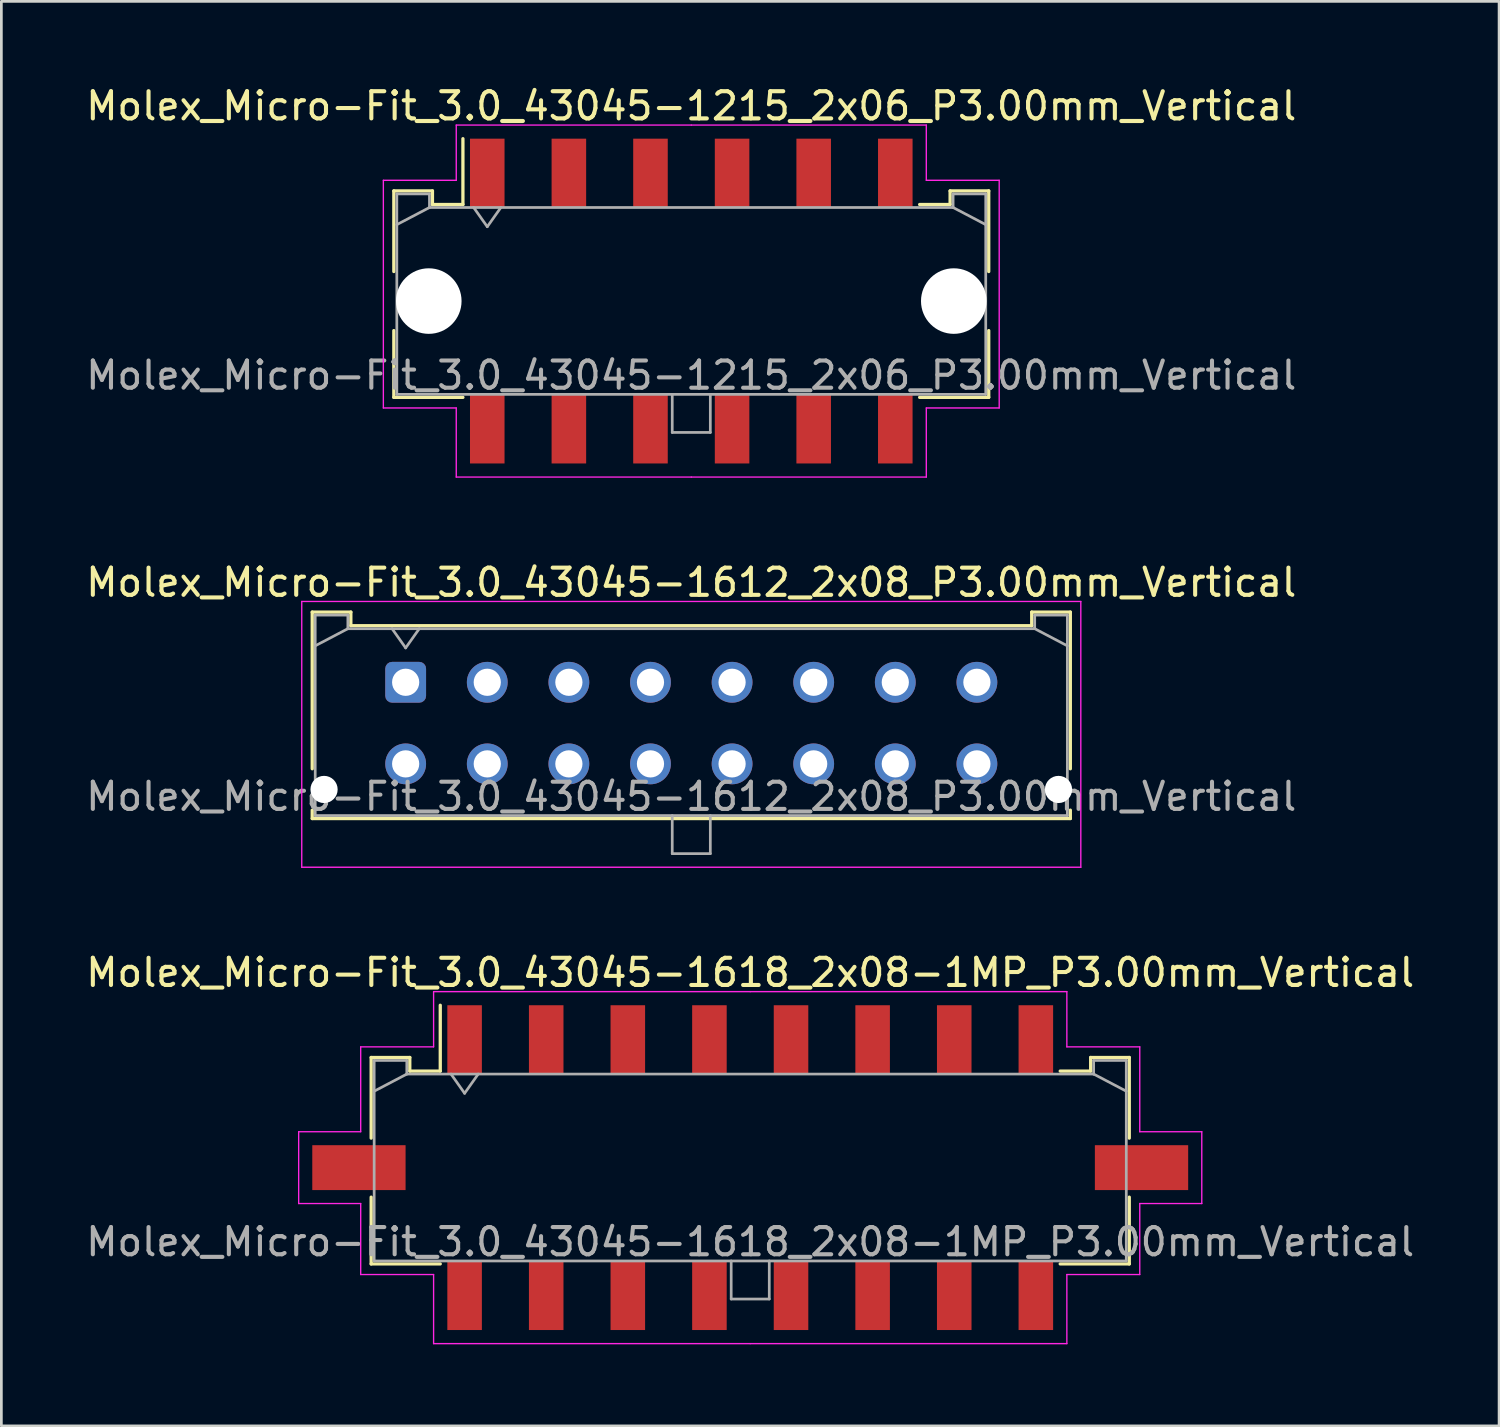
<source format=kicad_pcb>
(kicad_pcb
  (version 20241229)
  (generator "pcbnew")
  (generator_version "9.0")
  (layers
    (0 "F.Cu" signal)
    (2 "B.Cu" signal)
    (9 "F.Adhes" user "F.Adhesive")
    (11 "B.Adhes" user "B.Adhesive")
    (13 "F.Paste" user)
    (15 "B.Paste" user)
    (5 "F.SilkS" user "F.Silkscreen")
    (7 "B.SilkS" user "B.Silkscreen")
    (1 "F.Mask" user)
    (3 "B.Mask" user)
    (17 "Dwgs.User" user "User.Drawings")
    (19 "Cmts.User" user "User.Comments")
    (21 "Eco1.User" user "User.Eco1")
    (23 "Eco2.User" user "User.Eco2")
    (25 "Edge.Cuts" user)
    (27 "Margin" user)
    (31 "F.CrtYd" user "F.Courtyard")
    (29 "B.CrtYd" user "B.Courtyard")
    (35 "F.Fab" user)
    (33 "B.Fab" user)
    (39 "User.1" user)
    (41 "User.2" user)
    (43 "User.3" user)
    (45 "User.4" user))
  (footprint "Molex_Micro-Fit_3.0_43045-1215_2x06_P3.00mm_Vertical"
    (layer "F.Cu")
    (at 22.363 8.018)
    (property "Reference" "Molex_Micro-Fit_3.0_43045-1215_2x06_P3.00mm_Vertical" (at 0 -7.17 0) (layer "F.SilkS") (effects (font (size 1 1) (thickness 0.15))))
    (attr smd)
    (fp_line (start -10.935 -4.05) (end -9.515 -4.05) (stroke (width 0.12) (type solid)) (layer "F.SilkS"))
    (fp_line (start -10.935 -1.085) (end -10.935 -4.05) (stroke (width 0.12) (type solid)) (layer "F.SilkS"))
    (fp_line (start -10.935 1.085) (end -10.935 3.54) (stroke (width 0.12) (type solid)) (layer "F.SilkS"))
    (fp_line (start -10.935 3.54) (end -8.395 3.54) (stroke (width 0.12) (type solid)) (layer "F.SilkS"))
    (fp_line (start -9.515 -4.05) (end -9.515 -3.55) (stroke (width 0.12) (type solid)) (layer "F.SilkS"))
    (fp_line (start -9.515 -3.55) (end -8.395 -3.55) (stroke (width 0.12) (type solid)) (layer "F.SilkS"))
    (fp_line (start -8.395 -3.55) (end -8.395 -5.97) (stroke (width 0.12) (type solid)) (layer "F.SilkS"))
    (fp_line (start 9.515 -4.05) (end 9.515 -3.55) (stroke (width 0.12) (type solid)) (layer "F.SilkS"))
    (fp_line (start 9.515 -3.55) (end 8.395 -3.55) (stroke (width 0.12) (type solid)) (layer "F.SilkS"))
    (fp_line (start 10.935 -4.05) (end 9.515 -4.05) (stroke (width 0.12) (type solid)) (layer "F.SilkS"))
    (fp_line (start 10.935 -1.085) (end 10.935 -4.05) (stroke (width 0.12) (type solid)) (layer "F.SilkS"))
    (fp_line (start 10.935 1.085) (end 10.935 3.54) (stroke (width 0.12) (type solid)) (layer "F.SilkS"))
    (fp_line (start 10.935 3.54) (end 8.395 3.54) (stroke (width 0.12) (type solid)) (layer "F.SilkS"))
    (fp_line (start -11.32 -4.44) (end -11.32 3.93) (stroke (width 0.05) (type solid)) (layer "F.CrtYd"))
    (fp_line (start -11.32 3.93) (end -8.64 3.93) (stroke (width 0.05) (type solid)) (layer "F.CrtYd"))
    (fp_line (start -8.64 -6.47) (end -8.64 -4.44) (stroke (width 0.05) (type solid)) (layer "F.CrtYd"))
    (fp_line (start -8.64 -4.44) (end -11.32 -4.44) (stroke (width 0.05) (type solid)) (layer "F.CrtYd"))
    (fp_line (start -8.64 3.93) (end -8.64 6.47) (stroke (width 0.05) (type solid)) (layer "F.CrtYd"))
    (fp_line (start -8.64 6.47) (end 0 6.47) (stroke (width 0.05) (type solid)) (layer "F.CrtYd"))
    (fp_line (start 0 -6.47) (end -8.64 -6.47) (stroke (width 0.05) (type solid)) (layer "F.CrtYd"))
    (fp_line (start 0 -6.47) (end 8.64 -6.47) (stroke (width 0.05) (type solid)) (layer "F.CrtYd"))
    (fp_line (start 8.64 -6.47) (end 8.64 -4.44) (stroke (width 0.05) (type solid)) (layer "F.CrtYd"))
    (fp_line (start 8.64 -4.44) (end 11.32 -4.44) (stroke (width 0.05) (type solid)) (layer "F.CrtYd"))
    (fp_line (start 8.64 3.93) (end 8.64 6.47) (stroke (width 0.05) (type solid)) (layer "F.CrtYd"))
    (fp_line (start 8.64 6.47) (end 0 6.47) (stroke (width 0.05) (type solid)) (layer "F.CrtYd"))
    (fp_line (start 11.32 -4.44) (end 11.32 3.93) (stroke (width 0.05) (type solid)) (layer "F.CrtYd"))
    (fp_line (start 11.32 3.93) (end 8.64 3.93) (stroke (width 0.05) (type solid)) (layer "F.CrtYd"))
    (fp_line (start -10.825 -3.94) (end -10.825 3.43) (stroke (width 0.1) (type solid)) (layer "F.Fab"))
    (fp_line (start -10.825 -2.81) (end -9.625 -3.44) (stroke (width 0.1) (type solid)) (layer "F.Fab"))
    (fp_line (start -10.825 3.43) (end 10.825 3.43) (stroke (width 0.1) (type solid)) (layer "F.Fab"))
    (fp_line (start -9.625 -3.94) (end -10.825 -3.94) (stroke (width 0.1) (type solid)) (layer "F.Fab"))
    (fp_line (start -9.625 -3.44) (end -9.625 -3.94) (stroke (width 0.1) (type solid)) (layer "F.Fab"))
    (fp_line (start -8 -3.44) (end -7.5 -2.733) (stroke (width 0.1) (type solid)) (layer "F.Fab"))
    (fp_line (start -7.5 -2.733) (end -7 -3.44) (stroke (width 0.1) (type solid)) (layer "F.Fab"))
    (fp_line (start -0.7 3.43) (end -0.7 4.83) (stroke (width 0.1) (type solid)) (layer "F.Fab"))
    (fp_line (start -0.7 4.83) (end 0.7 4.83) (stroke (width 0.1) (type solid)) (layer "F.Fab"))
    (fp_line (start 0.7 4.83) (end 0.7 3.43) (stroke (width 0.1) (type solid)) (layer "F.Fab"))
    (fp_line (start 9.625 -3.94) (end 9.625 -3.44) (stroke (width 0.1) (type solid)) (layer "F.Fab"))
    (fp_line (start 9.625 -3.44) (end -9.625 -3.44) (stroke (width 0.1) (type solid)) (layer "F.Fab"))
    (fp_line (start 10.825 -3.94) (end 9.625 -3.94) (stroke (width 0.1) (type solid)) (layer "F.Fab"))
    (fp_line (start 10.825 -2.81) (end 9.625 -3.44) (stroke (width 0.1) (type solid)) (layer "F.Fab"))
    (fp_line (start 10.825 3.43) (end 10.825 -3.94) (stroke (width 0.1) (type solid)) (layer "F.Fab"))
    (fp_text user "${REFERENCE}" (at 0 2.73 0) (layer "F.Fab") (effects (font (size 1 1) (thickness 0.15))))
    (pad "" np_thru_hole circle (at -9.65 0) (size 2.41 2.41) (drill 2.41) (layers "*.Cu" "*.Mask"))
    (pad "" np_thru_hole circle (at 9.65 0) (size 2.41 2.41) (drill 2.41) (layers "*.Cu" "*.Mask"))
    (pad "1" smd rect (at -7.5 -4.7) (size 1.27 2.54) (layers "F.Cu" "F.Mask" "F.Paste"))
    (pad "2" smd rect (at -4.5 -4.7) (size 1.27 2.54) (layers "F.Cu" "F.Mask" "F.Paste"))
    (pad "3" smd rect (at -1.5 -4.7) (size 1.27 2.54) (layers "F.Cu" "F.Mask" "F.Paste"))
    (pad "4" smd rect (at 1.5 -4.7) (size 1.27 2.54) (layers "F.Cu" "F.Mask" "F.Paste"))
    (pad "5" smd rect (at 4.5 -4.7) (size 1.27 2.54) (layers "F.Cu" "F.Mask" "F.Paste"))
    (pad "6" smd rect (at 7.5 -4.7) (size 1.27 2.54) (layers "F.Cu" "F.Mask" "F.Paste"))
    (pad "7" smd rect (at -7.5 4.7) (size 1.27 2.54) (layers "F.Cu" "F.Mask" "F.Paste"))
    (pad "8" smd rect (at -4.5 4.7) (size 1.27 2.54) (layers "F.Cu" "F.Mask" "F.Paste"))
    (pad "9" smd rect (at -1.5 4.7) (size 1.27 2.54) (layers "F.Cu" "F.Mask" "F.Paste"))
    (pad "10" smd rect (at 1.5 4.7) (size 1.27 2.54) (layers "F.Cu" "F.Mask" "F.Paste"))
    (pad "11" smd rect (at 4.5 4.7) (size 1.27 2.54) (layers "F.Cu" "F.Mask" "F.Paste"))
    (pad "12" smd rect (at 7.5 4.7) (size 1.27 2.54) (layers "F.Cu" "F.Mask" "F.Paste")))
  (footprint "Molex_Micro-Fit_3.0_43045-1612_2x08_P3.00mm_Vertical"
    (layer "F.Cu")
    (at 11.863 22.032)
    (property "Reference" "Molex_Micro-Fit_3.0_43045-1612_2x08_P3.00mm_Vertical" (at 10.5 -3.67 0) (layer "F.SilkS") (effects (font (size 1 1) (thickness 0.15))))
    (attr through_hole)
    (fp_line (start -3.435 -2.58) (end -2.015 -2.58) (stroke (width 0.12) (type solid)) (layer "F.SilkS"))
    (fp_line (start -3.435 3.18) (end -3.435 -2.58) (stroke (width 0.12) (type solid)) (layer "F.SilkS"))
    (fp_line (start -3.435 4.7) (end -3.435 5.01) (stroke (width 0.12) (type solid)) (layer "F.SilkS"))
    (fp_line (start -3.435 5.01) (end 24.435 5.01) (stroke (width 0.12) (type solid)) (layer "F.SilkS"))
    (fp_line (start -2.015 -2.58) (end -2.015 -2.08) (stroke (width 0.12) (type solid)) (layer "F.SilkS"))
    (fp_line (start -2.015 -2.08) (end 23.015 -2.08) (stroke (width 0.12) (type solid)) (layer "F.SilkS"))
    (fp_line (start 23.015 -2.58) (end 24.435 -2.58) (stroke (width 0.12) (type solid)) (layer "F.SilkS"))
    (fp_line (start 23.015 -2.08) (end 23.015 -2.58) (stroke (width 0.12) (type solid)) (layer "F.SilkS"))
    (fp_line (start 24.435 -2.58) (end 24.435 3.18) (stroke (width 0.12) (type solid)) (layer "F.SilkS"))
    (fp_line (start 24.435 5.01) (end 24.435 4.7) (stroke (width 0.12) (type solid)) (layer "F.SilkS"))
    (fp_line (start -3.82 -2.97) (end 24.82 -2.97) (stroke (width 0.05) (type solid)) (layer "F.CrtYd"))
    (fp_line (start -3.82 6.8) (end -3.82 -2.97) (stroke (width 0.05) (type solid)) (layer "F.CrtYd"))
    (fp_line (start 24.82 -2.97) (end 24.82 6.8) (stroke (width 0.05) (type solid)) (layer "F.CrtYd"))
    (fp_line (start 24.82 6.8) (end -3.82 6.8) (stroke (width 0.05) (type solid)) (layer "F.CrtYd"))
    (fp_line (start -3.325 -2.47) (end -3.325 4.9) (stroke (width 0.1) (type solid)) (layer "F.Fab"))
    (fp_line (start -3.325 -1.34) (end -2.125 -1.97) (stroke (width 0.1) (type solid)) (layer "F.Fab"))
    (fp_line (start -3.325 4.9) (end 24.325 4.9) (stroke (width 0.1) (type solid)) (layer "F.Fab"))
    (fp_line (start -2.125 -2.47) (end -3.325 -2.47) (stroke (width 0.1) (type solid)) (layer "F.Fab"))
    (fp_line (start -2.125 -1.97) (end -2.125 -2.47) (stroke (width 0.1) (type solid)) (layer "F.Fab"))
    (fp_line (start -0.5 -1.97) (end 0 -1.263) (stroke (width 0.1) (type solid)) (layer "F.Fab"))
    (fp_line (start 0 -1.263) (end 0.5 -1.97) (stroke (width 0.1) (type solid)) (layer "F.Fab"))
    (fp_line (start 9.8 4.9) (end 9.8 6.3) (stroke (width 0.1) (type solid)) (layer "F.Fab"))
    (fp_line (start 9.8 6.3) (end 11.2 6.3) (stroke (width 0.1) (type solid)) (layer "F.Fab"))
    (fp_line (start 11.2 6.3) (end 11.2 4.9) (stroke (width 0.1) (type solid)) (layer "F.Fab"))
    (fp_line (start 23.125 -2.47) (end 23.125 -1.97) (stroke (width 0.1) (type solid)) (layer "F.Fab"))
    (fp_line (start 23.125 -1.97) (end -2.125 -1.97) (stroke (width 0.1) (type solid)) (layer "F.Fab"))
    (fp_line (start 24.325 -2.47) (end 23.125 -2.47) (stroke (width 0.1) (type solid)) (layer "F.Fab"))
    (fp_line (start 24.325 -1.34) (end 23.125 -1.97) (stroke (width 0.1) (type solid)) (layer "F.Fab"))
    (fp_line (start 24.325 4.9) (end 24.325 -2.47) (stroke (width 0.1) (type solid)) (layer "F.Fab"))
    (fp_text user "${REFERENCE}" (at 10.5 4.2 0) (layer "F.Fab") (effects (font (size 1 1) (thickness 0.15))))
    (pad "" np_thru_hole circle (at -3 3.94) (size 1 1) (drill 1) (layers "*.Cu" "*.Mask"))
    (pad "" np_thru_hole circle (at 24 3.94) (size 1 1) (drill 1) (layers "*.Cu" "*.Mask"))
    (pad "1" thru_hole roundrect (at 0 0) (size 1.5 1.5) (drill 1) (layers "*.Cu" "*.Mask") (roundrect_rratio 0.167))
    (pad "2" thru_hole circle (at 3 0) (size 1.5 1.5) (drill 1) (layers "*.Cu" "*.Mask"))
    (pad "3" thru_hole circle (at 6 0) (size 1.5 1.5) (drill 1) (layers "*.Cu" "*.Mask"))
    (pad "4" thru_hole circle (at 9 0) (size 1.5 1.5) (drill 1) (layers "*.Cu" "*.Mask"))
    (pad "5" thru_hole circle (at 12 0) (size 1.5 1.5) (drill 1) (layers "*.Cu" "*.Mask"))
    (pad "6" thru_hole circle (at 15 0) (size 1.5 1.5) (drill 1) (layers "*.Cu" "*.Mask"))
    (pad "7" thru_hole circle (at 18 0) (size 1.5 1.5) (drill 1) (layers "*.Cu" "*.Mask"))
    (pad "8" thru_hole circle (at 21 0) (size 1.5 1.5) (drill 1) (layers "*.Cu" "*.Mask"))
    (pad "9" thru_hole circle (at 0 3) (size 1.5 1.5) (drill 1) (layers "*.Cu" "*.Mask"))
    (pad "10" thru_hole circle (at 3 3) (size 1.5 1.5) (drill 1) (layers "*.Cu" "*.Mask"))
    (pad "11" thru_hole circle (at 6 3) (size 1.5 1.5) (drill 1) (layers "*.Cu" "*.Mask"))
    (pad "12" thru_hole circle (at 9 3) (size 1.5 1.5) (drill 1) (layers "*.Cu" "*.Mask"))
    (pad "13" thru_hole circle (at 12 3) (size 1.5 1.5) (drill 1) (layers "*.Cu" "*.Mask"))
    (pad "14" thru_hole circle (at 15 3) (size 1.5 1.5) (drill 1) (layers "*.Cu" "*.Mask"))
    (pad "15" thru_hole circle (at 18 3) (size 1.5 1.5) (drill 1) (layers "*.Cu" "*.Mask"))
    (pad "16" thru_hole circle (at 21 3) (size 1.5 1.5) (drill 1) (layers "*.Cu" "*.Mask")))
  (footprint "Molex_Micro-Fit_3.0_43045-1618_2x08-1MP_P3.00mm_Vertical"
    (layer "F.Cu")
    (at 24.53 39.875)
    (property "Reference" "Molex_Micro-Fit_3.0_43045-1618_2x08-1MP_P3.00mm_Vertical" (at 0 -7.17 0) (layer "F.SilkS") (effects (font (size 1 1) (thickness 0.15))))
    (attr smd)
    (fp_line (start -13.935 -4.05) (end -12.515 -4.05) (stroke (width 0.12) (type solid)) (layer "F.SilkS"))
    (fp_line (start -13.935 -1.085) (end -13.935 -4.05) (stroke (width 0.12) (type solid)) (layer "F.SilkS"))
    (fp_line (start -13.935 1.085) (end -13.935 3.54) (stroke (width 0.12) (type solid)) (layer "F.SilkS"))
    (fp_line (start -13.935 3.54) (end -11.395 3.54) (stroke (width 0.12) (type solid)) (layer "F.SilkS"))
    (fp_line (start -12.515 -4.05) (end -12.515 -3.55) (stroke (width 0.12) (type solid)) (layer "F.SilkS"))
    (fp_line (start -12.515 -3.55) (end -11.395 -3.55) (stroke (width 0.12) (type solid)) (layer "F.SilkS"))
    (fp_line (start -11.395 -3.55) (end -11.395 -5.97) (stroke (width 0.12) (type solid)) (layer "F.SilkS"))
    (fp_line (start 12.515 -4.05) (end 12.515 -3.55) (stroke (width 0.12) (type solid)) (layer "F.SilkS"))
    (fp_line (start 12.515 -3.55) (end 11.395 -3.55) (stroke (width 0.12) (type solid)) (layer "F.SilkS"))
    (fp_line (start 13.935 -4.05) (end 12.515 -4.05) (stroke (width 0.12) (type solid)) (layer "F.SilkS"))
    (fp_line (start 13.935 -1.085) (end 13.935 -4.05) (stroke (width 0.12) (type solid)) (layer "F.SilkS"))
    (fp_line (start 13.935 1.085) (end 13.935 3.54) (stroke (width 0.12) (type solid)) (layer "F.SilkS"))
    (fp_line (start 13.935 3.54) (end 11.395 3.54) (stroke (width 0.12) (type solid)) (layer "F.SilkS"))
    (fp_line (start -16.6 -1.32) (end -16.6 1.32) (stroke (width 0.05) (type solid)) (layer "F.CrtYd"))
    (fp_line (start -16.6 1.32) (end -14.32 1.32) (stroke (width 0.05) (type solid)) (layer "F.CrtYd"))
    (fp_line (start -14.32 -4.44) (end -14.32 -1.32) (stroke (width 0.05) (type solid)) (layer "F.CrtYd"))
    (fp_line (start -14.32 -1.32) (end -16.6 -1.32) (stroke (width 0.05) (type solid)) (layer "F.CrtYd"))
    (fp_line (start -14.32 1.32) (end -14.32 3.93) (stroke (width 0.05) (type solid)) (layer "F.CrtYd"))
    (fp_line (start -14.32 3.93) (end -11.64 3.93) (stroke (width 0.05) (type solid)) (layer "F.CrtYd"))
    (fp_line (start -11.64 -6.47) (end -11.64 -4.44) (stroke (width 0.05) (type solid)) (layer "F.CrtYd"))
    (fp_line (start -11.64 -4.44) (end -14.32 -4.44) (stroke (width 0.05) (type solid)) (layer "F.CrtYd"))
    (fp_line (start -11.64 3.93) (end -11.64 6.47) (stroke (width 0.05) (type solid)) (layer "F.CrtYd"))
    (fp_line (start -11.64 6.47) (end 0 6.47) (stroke (width 0.05) (type solid)) (layer "F.CrtYd"))
    (fp_line (start 0 -6.47) (end -11.64 -6.47) (stroke (width 0.05) (type solid)) (layer "F.CrtYd"))
    (fp_line (start 0 -6.47) (end 11.64 -6.47) (stroke (width 0.05) (type solid)) (layer "F.CrtYd"))
    (fp_line (start 11.64 -6.47) (end 11.64 -4.44) (stroke (width 0.05) (type solid)) (layer "F.CrtYd"))
    (fp_line (start 11.64 -4.44) (end 14.32 -4.44) (stroke (width 0.05) (type solid)) (layer "F.CrtYd"))
    (fp_line (start 11.64 3.93) (end 11.64 6.47) (stroke (width 0.05) (type solid)) (layer "F.CrtYd"))
    (fp_line (start 11.64 6.47) (end 0 6.47) (stroke (width 0.05) (type solid)) (layer "F.CrtYd"))
    (fp_line (start 14.32 -4.44) (end 14.32 -1.32) (stroke (width 0.05) (type solid)) (layer "F.CrtYd"))
    (fp_line (start 14.32 -1.32) (end 16.6 -1.32) (stroke (width 0.05) (type solid)) (layer "F.CrtYd"))
    (fp_line (start 14.32 1.32) (end 14.32 3.93) (stroke (width 0.05) (type solid)) (layer "F.CrtYd"))
    (fp_line (start 14.32 3.93) (end 11.64 3.93) (stroke (width 0.05) (type solid)) (layer "F.CrtYd"))
    (fp_line (start 16.6 -1.32) (end 16.6 1.32) (stroke (width 0.05) (type solid)) (layer "F.CrtYd"))
    (fp_line (start 16.6 1.32) (end 14.32 1.32) (stroke (width 0.05) (type solid)) (layer "F.CrtYd"))
    (fp_line (start -13.825 -3.94) (end -13.825 3.43) (stroke (width 0.1) (type solid)) (layer "F.Fab"))
    (fp_line (start -13.825 -2.81) (end -12.625 -3.44) (stroke (width 0.1) (type solid)) (layer "F.Fab"))
    (fp_line (start -13.825 3.43) (end 13.825 3.43) (stroke (width 0.1) (type solid)) (layer "F.Fab"))
    (fp_line (start -12.625 -3.94) (end -13.825 -3.94) (stroke (width 0.1) (type solid)) (layer "F.Fab"))
    (fp_line (start -12.625 -3.44) (end -12.625 -3.94) (stroke (width 0.1) (type solid)) (layer "F.Fab"))
    (fp_line (start -11 -3.44) (end -10.5 -2.733) (stroke (width 0.1) (type solid)) (layer "F.Fab"))
    (fp_line (start -10.5 -2.733) (end -10 -3.44) (stroke (width 0.1) (type solid)) (layer "F.Fab"))
    (fp_line (start -0.7 3.43) (end -0.7 4.83) (stroke (width 0.1) (type solid)) (layer "F.Fab"))
    (fp_line (start -0.7 4.83) (end 0.7 4.83) (stroke (width 0.1) (type solid)) (layer "F.Fab"))
    (fp_line (start 0.7 4.83) (end 0.7 3.43) (stroke (width 0.1) (type solid)) (layer "F.Fab"))
    (fp_line (start 12.625 -3.94) (end 12.625 -3.44) (stroke (width 0.1) (type solid)) (layer "F.Fab"))
    (fp_line (start 12.625 -3.44) (end -12.625 -3.44) (stroke (width 0.1) (type solid)) (layer "F.Fab"))
    (fp_line (start 13.825 -3.94) (end 12.625 -3.94) (stroke (width 0.1) (type solid)) (layer "F.Fab"))
    (fp_line (start 13.825 -2.81) (end 12.625 -3.44) (stroke (width 0.1) (type solid)) (layer "F.Fab"))
    (fp_line (start 13.825 3.43) (end 13.825 -3.94) (stroke (width 0.1) (type solid)) (layer "F.Fab"))
    (fp_text user "${REFERENCE}" (at 0 2.73 0) (layer "F.Fab") (effects (font (size 1 1) (thickness 0.15))))
    (pad "1" smd rect (at -10.5 -4.7) (size 1.27 2.54) (layers "F.Cu" "F.Mask" "F.Paste"))
    (pad "2" smd rect (at -7.5 -4.7) (size 1.27 2.54) (layers "F.Cu" "F.Mask" "F.Paste"))
    (pad "3" smd rect (at -4.5 -4.7) (size 1.27 2.54) (layers "F.Cu" "F.Mask" "F.Paste"))
    (pad "4" smd rect (at -1.5 -4.7) (size 1.27 2.54) (layers "F.Cu" "F.Mask" "F.Paste"))
    (pad "5" smd rect (at 1.5 -4.7) (size 1.27 2.54) (layers "F.Cu" "F.Mask" "F.Paste"))
    (pad "6" smd rect (at 4.5 -4.7) (size 1.27 2.54) (layers "F.Cu" "F.Mask" "F.Paste"))
    (pad "7" smd rect (at 7.5 -4.7) (size 1.27 2.54) (layers "F.Cu" "F.Mask" "F.Paste"))
    (pad "8" smd rect (at 10.5 -4.7) (size 1.27 2.54) (layers "F.Cu" "F.Mask" "F.Paste"))
    (pad "9" smd rect (at -10.5 4.7) (size 1.27 2.54) (layers "F.Cu" "F.Mask" "F.Paste"))
    (pad "10" smd rect (at -7.5 4.7) (size 1.27 2.54) (layers "F.Cu" "F.Mask" "F.Paste"))
    (pad "11" smd rect (at -4.5 4.7) (size 1.27 2.54) (layers "F.Cu" "F.Mask" "F.Paste"))
    (pad "12" smd rect (at -1.5 4.7) (size 1.27 2.54) (layers "F.Cu" "F.Mask" "F.Paste"))
    (pad "13" smd rect (at 1.5 4.7) (size 1.27 2.54) (layers "F.Cu" "F.Mask" "F.Paste"))
    (pad "14" smd rect (at 4.5 4.7) (size 1.27 2.54) (layers "F.Cu" "F.Mask" "F.Paste"))
    (pad "15" smd rect (at 7.5 4.7) (size 1.27 2.54) (layers "F.Cu" "F.Mask" "F.Paste"))
    (pad "16" smd rect (at 10.5 4.7) (size 1.27 2.54) (layers "F.Cu" "F.Mask" "F.Paste"))
    (pad "MP" smd rect (at -14.385 0) (size 3.43 1.65) (layers "F.Cu" "F.Mask" "F.Paste"))
    (pad "MP" smd rect (at 14.385 0) (size 3.43 1.65) (layers "F.Cu" "F.Mask" "F.Paste")))
  (gr_rect
    (start -3 -3)
    (end 52.06 49.37)
    (stroke (width 0.1) (type default))
    (fill no)
    (layer "Edge.Cuts")))
</source>
